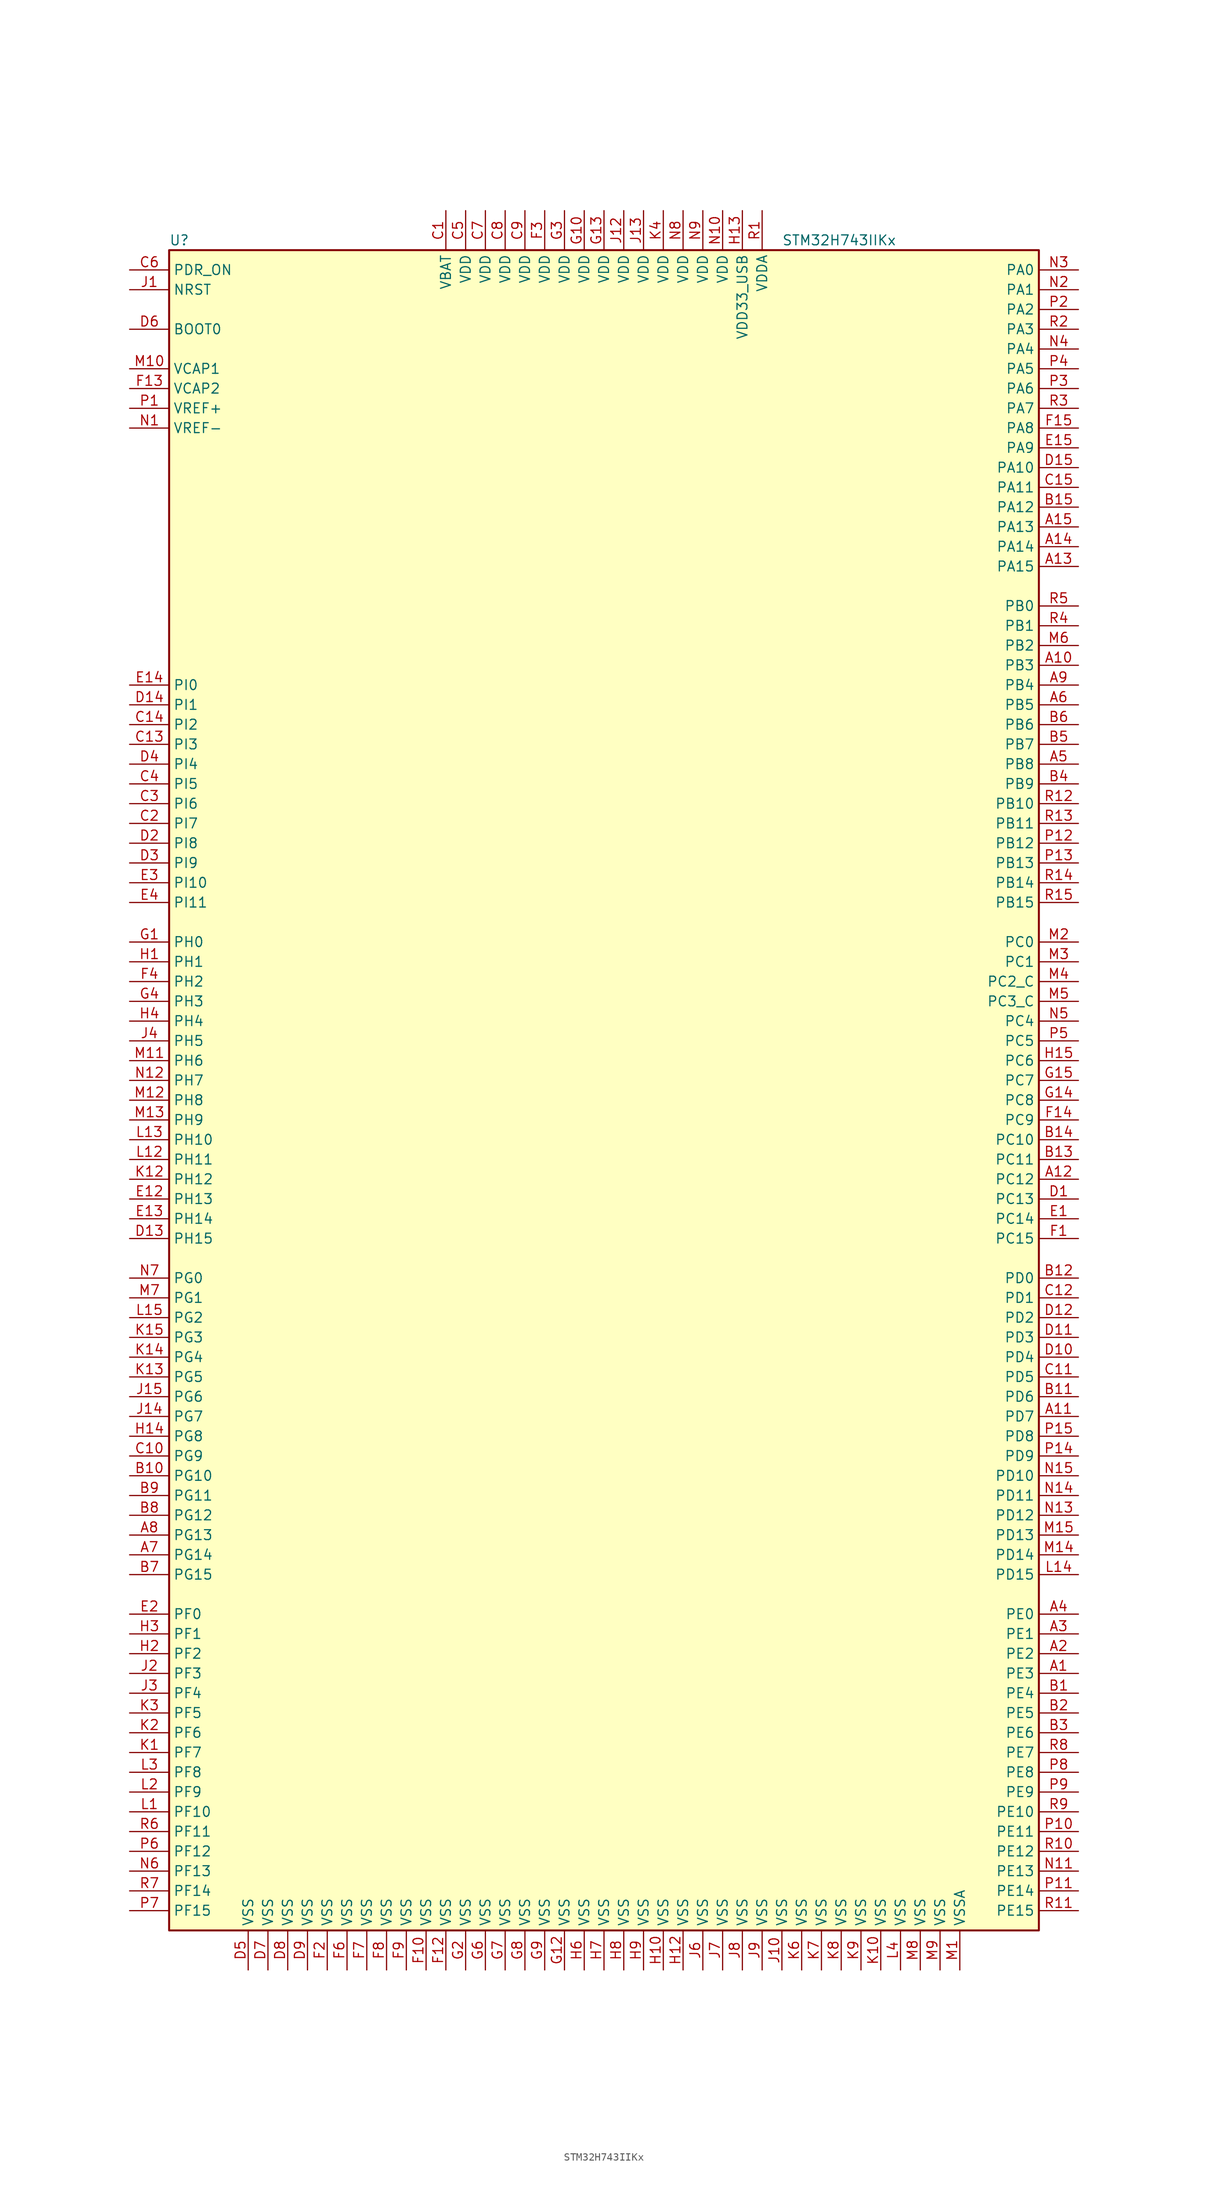
<source format=kicad_sym>
(kicad_symbol_lib
  (version 20201005)
  (generator kicad_symbol_editor)
  (symbol "STM32H743IIKx"
    (property "Reference" "U"
      (at -55.88 107.95 0)
      (effects (font (size 1.27 1.27)) (justify left)))
    (property "Value" "STM32H743IIKx"
      (at 22.86 107.95 0)
      (effects (font (size 1.27 1.27)) (justify left)))
    (symbol "STM32H743IIKx_0_1"
      (rectangle (start -55.88 -109.22) (end 55.88 106.68) (stroke (width 0.254)) (fill (type background))))
    (symbol "STM32H743IIKx_1_1"
      (pin bidirectional line (at 60.96 -76.2 180) (length 5.08) (name "PE3" (effects (font (size 1.27 1.27)))) (number "A1" (effects (font (size 1.27 1.27)))))
      (pin bidirectional line (at 60.96 53.34 180) (length 5.08) (name "PB3" (effects (font (size 1.27 1.27)))) (number "A10" (effects (font (size 1.27 1.27)))))
      (pin bidirectional line (at 60.96 -43.18 180) (length 5.08) (name "PD7" (effects (font (size 1.27 1.27)))) (number "A11" (effects (font (size 1.27 1.27)))))
      (pin bidirectional line (at 60.96 -12.7 180) (length 5.08) (name "PC12" (effects (font (size 1.27 1.27)))) (number "A12" (effects (font (size 1.27 1.27)))))
      (pin bidirectional line (at 60.96 66.04 180) (length 5.08) (name "PA15" (effects (font (size 1.27 1.27)))) (number "A13" (effects (font (size 1.27 1.27)))))
      (pin bidirectional line (at 60.96 68.58 180) (length 5.08) (name "PA14" (effects (font (size 1.27 1.27)))) (number "A14" (effects (font (size 1.27 1.27)))))
      (pin bidirectional line (at 60.96 71.12 180) (length 5.08) (name "PA13" (effects (font (size 1.27 1.27)))) (number "A15" (effects (font (size 1.27 1.27)))))
      (pin bidirectional line (at 60.96 -73.66 180) (length 5.08) (name "PE2" (effects (font (size 1.27 1.27)))) (number "A2" (effects (font (size 1.27 1.27)))))
      (pin bidirectional line (at 60.96 -71.12 180) (length 5.08) (name "PE1" (effects (font (size 1.27 1.27)))) (number "A3" (effects (font (size 1.27 1.27)))))
      (pin bidirectional line (at 60.96 -68.58 180) (length 5.08) (name "PE0" (effects (font (size 1.27 1.27)))) (number "A4" (effects (font (size 1.27 1.27)))))
      (pin bidirectional line (at 60.96 40.64 180) (length 5.08) (name "PB8" (effects (font (size 1.27 1.27)))) (number "A5" (effects (font (size 1.27 1.27)))))
      (pin bidirectional line (at 60.96 48.26 180) (length 5.08) (name "PB5" (effects (font (size 1.27 1.27)))) (number "A6" (effects (font (size 1.27 1.27)))))
      (pin bidirectional line (at -60.96 -60.96 0) (length 5.08) (name "PG14" (effects (font (size 1.27 1.27)))) (number "A7" (effects (font (size 1.27 1.27)))))
      (pin bidirectional line (at -60.96 -58.42 0) (length 5.08) (name "PG13" (effects (font (size 1.27 1.27)))) (number "A8" (effects (font (size 1.27 1.27)))))
      (pin bidirectional line (at 60.96 50.8 180) (length 5.08) (name "PB4" (effects (font (size 1.27 1.27)))) (number "A9" (effects (font (size 1.27 1.27)))))
      (pin bidirectional line (at 60.96 -78.74 180) (length 5.08) (name "PE4" (effects (font (size 1.27 1.27)))) (number "B1" (effects (font (size 1.27 1.27)))))
      (pin bidirectional line (at -60.96 -50.8 0) (length 5.08) (name "PG10" (effects (font (size 1.27 1.27)))) (number "B10" (effects (font (size 1.27 1.27)))))
      (pin bidirectional line (at 60.96 -40.64 180) (length 5.08) (name "PD6" (effects (font (size 1.27 1.27)))) (number "B11" (effects (font (size 1.27 1.27)))))
      (pin bidirectional line (at 60.96 -25.4 180) (length 5.08) (name "PD0" (effects (font (size 1.27 1.27)))) (number "B12" (effects (font (size 1.27 1.27)))))
      (pin bidirectional line (at 60.96 -10.16 180) (length 5.08) (name "PC11" (effects (font (size 1.27 1.27)))) (number "B13" (effects (font (size 1.27 1.27)))))
      (pin bidirectional line (at 60.96 -7.62 180) (length 5.08) (name "PC10" (effects (font (size 1.27 1.27)))) (number "B14" (effects (font (size 1.27 1.27)))))
      (pin bidirectional line (at 60.96 73.66 180) (length 5.08) (name "PA12" (effects (font (size 1.27 1.27)))) (number "B15" (effects (font (size 1.27 1.27)))))
      (pin bidirectional line (at 60.96 -81.28 180) (length 5.08) (name "PE5" (effects (font (size 1.27 1.27)))) (number "B2" (effects (font (size 1.27 1.27)))))
      (pin bidirectional line (at 60.96 -83.82 180) (length 5.08) (name "PE6" (effects (font (size 1.27 1.27)))) (number "B3" (effects (font (size 1.27 1.27)))))
      (pin bidirectional line (at 60.96 38.1 180) (length 5.08) (name "PB9" (effects (font (size 1.27 1.27)))) (number "B4" (effects (font (size 1.27 1.27)))))
      (pin bidirectional line (at 60.96 43.18 180) (length 5.08) (name "PB7" (effects (font (size 1.27 1.27)))) (number "B5" (effects (font (size 1.27 1.27)))))
      (pin bidirectional line (at 60.96 45.72 180) (length 5.08) (name "PB6" (effects (font (size 1.27 1.27)))) (number "B6" (effects (font (size 1.27 1.27)))))
      (pin bidirectional line (at -60.96 -63.5 0) (length 5.08) (name "PG15" (effects (font (size 1.27 1.27)))) (number "B7" (effects (font (size 1.27 1.27)))))
      (pin bidirectional line (at -60.96 -55.88 0) (length 5.08) (name "PG12" (effects (font (size 1.27 1.27)))) (number "B8" (effects (font (size 1.27 1.27)))))
      (pin bidirectional line (at -60.96 -53.34 0) (length 5.08) (name "PG11" (effects (font (size 1.27 1.27)))) (number "B9" (effects (font (size 1.27 1.27)))))
      (pin power_in line (at -20.32 111.76 270) (length 5.08) (name "VBAT" (effects (font (size 1.27 1.27)))) (number "C1" (effects (font (size 1.27 1.27)))))
      (pin bidirectional line (at -60.96 -48.26 0) (length 5.08) (name "PG9" (effects (font (size 1.27 1.27)))) (number "C10" (effects (font (size 1.27 1.27)))))
      (pin bidirectional line (at 60.96 -38.1 180) (length 5.08) (name "PD5" (effects (font (size 1.27 1.27)))) (number "C11" (effects (font (size 1.27 1.27)))))
      (pin bidirectional line (at 60.96 -27.94 180) (length 5.08) (name "PD1" (effects (font (size 1.27 1.27)))) (number "C12" (effects (font (size 1.27 1.27)))))
      (pin bidirectional line (at -60.96 43.18 0) (length 5.08) (name "PI3" (effects (font (size 1.27 1.27)))) (number "C13" (effects (font (size 1.27 1.27)))))
      (pin bidirectional line (at -60.96 45.72 0) (length 5.08) (name "PI2" (effects (font (size 1.27 1.27)))) (number "C14" (effects (font (size 1.27 1.27)))))
      (pin bidirectional line (at 60.96 76.2 180) (length 5.08) (name "PA11" (effects (font (size 1.27 1.27)))) (number "C15" (effects (font (size 1.27 1.27)))))
      (pin bidirectional line (at -60.96 33.02 0) (length 5.08) (name "PI7" (effects (font (size 1.27 1.27)))) (number "C2" (effects (font (size 1.27 1.27)))))
      (pin bidirectional line (at -60.96 35.56 0) (length 5.08) (name "PI6" (effects (font (size 1.27 1.27)))) (number "C3" (effects (font (size 1.27 1.27)))))
      (pin bidirectional line (at -60.96 38.1 0) (length 5.08) (name "PI5" (effects (font (size 1.27 1.27)))) (number "C4" (effects (font (size 1.27 1.27)))))
      (pin power_in line (at -17.78 111.76 270) (length 5.08) (name "VDD" (effects (font (size 1.27 1.27)))) (number "C5" (effects (font (size 1.27 1.27)))))
      (pin input line (at -60.96 104.14 0) (length 5.08) (name "PDR_ON" (effects (font (size 1.27 1.27)))) (number "C6" (effects (font (size 1.27 1.27)))))
      (pin power_in line (at -15.24 111.76 270) (length 5.08) (name "VDD" (effects (font (size 1.27 1.27)))) (number "C7" (effects (font (size 1.27 1.27)))))
      (pin power_in line (at -12.7 111.76 270) (length 5.08) (name "VDD" (effects (font (size 1.27 1.27)))) (number "C8" (effects (font (size 1.27 1.27)))))
      (pin power_in line (at -10.16 111.76 270) (length 5.08) (name "VDD" (effects (font (size 1.27 1.27)))) (number "C9" (effects (font (size 1.27 1.27)))))
      (pin bidirectional line (at 60.96 -15.24 180) (length 5.08) (name "PC13" (effects (font (size 1.27 1.27)))) (number "D1" (effects (font (size 1.27 1.27)))))
      (pin bidirectional line (at 60.96 -35.56 180) (length 5.08) (name "PD4" (effects (font (size 1.27 1.27)))) (number "D10" (effects (font (size 1.27 1.27)))))
      (pin bidirectional line (at 60.96 -33.02 180) (length 5.08) (name "PD3" (effects (font (size 1.27 1.27)))) (number "D11" (effects (font (size 1.27 1.27)))))
      (pin bidirectional line (at 60.96 -30.48 180) (length 5.08) (name "PD2" (effects (font (size 1.27 1.27)))) (number "D12" (effects (font (size 1.27 1.27)))))
      (pin bidirectional line (at -60.96 -20.32 0) (length 5.08) (name "PH15" (effects (font (size 1.27 1.27)))) (number "D13" (effects (font (size 1.27 1.27)))))
      (pin bidirectional line (at -60.96 48.26 0) (length 5.08) (name "PI1" (effects (font (size 1.27 1.27)))) (number "D14" (effects (font (size 1.27 1.27)))))
      (pin bidirectional line (at 60.96 78.74 180) (length 5.08) (name "PA10" (effects (font (size 1.27 1.27)))) (number "D15" (effects (font (size 1.27 1.27)))))
      (pin bidirectional line (at -60.96 30.48 0) (length 5.08) (name "PI8" (effects (font (size 1.27 1.27)))) (number "D2" (effects (font (size 1.27 1.27)))))
      (pin bidirectional line (at -60.96 27.94 0) (length 5.08) (name "PI9" (effects (font (size 1.27 1.27)))) (number "D3" (effects (font (size 1.27 1.27)))))
      (pin bidirectional line (at -60.96 40.64 0) (length 5.08) (name "PI4" (effects (font (size 1.27 1.27)))) (number "D4" (effects (font (size 1.27 1.27)))))
      (pin power_in line (at -45.72 -114.3 90) (length 5.08) (name "VSS" (effects (font (size 1.27 1.27)))) (number "D5" (effects (font (size 1.27 1.27)))))
      (pin input line (at -60.96 96.52 0) (length 5.08) (name "BOOT0" (effects (font (size 1.27 1.27)))) (number "D6" (effects (font (size 1.27 1.27)))))
      (pin power_in line (at -43.18 -114.3 90) (length 5.08) (name "VSS" (effects (font (size 1.27 1.27)))) (number "D7" (effects (font (size 1.27 1.27)))))
      (pin power_in line (at -40.64 -114.3 90) (length 5.08) (name "VSS" (effects (font (size 1.27 1.27)))) (number "D8" (effects (font (size 1.27 1.27)))))
      (pin power_in line (at -38.1 -114.3 90) (length 5.08) (name "VSS" (effects (font (size 1.27 1.27)))) (number "D9" (effects (font (size 1.27 1.27)))))
      (pin bidirectional line (at 60.96 -17.78 180) (length 5.08) (name "PC14" (effects (font (size 1.27 1.27)))) (number "E1" (effects (font (size 1.27 1.27)))))
      (pin bidirectional line (at -60.96 -15.24 0) (length 5.08) (name "PH13" (effects (font (size 1.27 1.27)))) (number "E12" (effects (font (size 1.27 1.27)))))
      (pin bidirectional line (at -60.96 -17.78 0) (length 5.08) (name "PH14" (effects (font (size 1.27 1.27)))) (number "E13" (effects (font (size 1.27 1.27)))))
      (pin bidirectional line (at -60.96 50.8 0) (length 5.08) (name "PI0" (effects (font (size 1.27 1.27)))) (number "E14" (effects (font (size 1.27 1.27)))))
      (pin bidirectional line (at 60.96 81.28 180) (length 5.08) (name "PA9" (effects (font (size 1.27 1.27)))) (number "E15" (effects (font (size 1.27 1.27)))))
      (pin bidirectional line (at -60.96 -68.58 0) (length 5.08) (name "PF0" (effects (font (size 1.27 1.27)))) (number "E2" (effects (font (size 1.27 1.27)))))
      (pin bidirectional line (at -60.96 25.4 0) (length 5.08) (name "PI10" (effects (font (size 1.27 1.27)))) (number "E3" (effects (font (size 1.27 1.27)))))
      (pin bidirectional line (at -60.96 22.86 0) (length 5.08) (name "PI11" (effects (font (size 1.27 1.27)))) (number "E4" (effects (font (size 1.27 1.27)))))
      (pin bidirectional line (at 60.96 -20.32 180) (length 5.08) (name "PC15" (effects (font (size 1.27 1.27)))) (number "F1" (effects (font (size 1.27 1.27)))))
      (pin power_in line (at -22.86 -114.3 90) (length 5.08) (name "VSS" (effects (font (size 1.27 1.27)))) (number "F10" (effects (font (size 1.27 1.27)))))
      (pin power_in line (at -20.32 -114.3 90) (length 5.08) (name "VSS" (effects (font (size 1.27 1.27)))) (number "F12" (effects (font (size 1.27 1.27)))))
      (pin power_in line (at -60.96 88.9 0) (length 5.08) (name "VCAP2" (effects (font (size 1.27 1.27)))) (number "F13" (effects (font (size 1.27 1.27)))))
      (pin bidirectional line (at 60.96 -5.08 180) (length 5.08) (name "PC9" (effects (font (size 1.27 1.27)))) (number "F14" (effects (font (size 1.27 1.27)))))
      (pin bidirectional line (at 60.96 83.82 180) (length 5.08) (name "PA8" (effects (font (size 1.27 1.27)))) (number "F15" (effects (font (size 1.27 1.27)))))
      (pin power_in line (at -35.56 -114.3 90) (length 5.08) (name "VSS" (effects (font (size 1.27 1.27)))) (number "F2" (effects (font (size 1.27 1.27)))))
      (pin power_in line (at -7.62 111.76 270) (length 5.08) (name "VDD" (effects (font (size 1.27 1.27)))) (number "F3" (effects (font (size 1.27 1.27)))))
      (pin bidirectional line (at -60.96 12.7 0) (length 5.08) (name "PH2" (effects (font (size 1.27 1.27)))) (number "F4" (effects (font (size 1.27 1.27)))))
      (pin power_in line (at -33.02 -114.3 90) (length 5.08) (name "VSS" (effects (font (size 1.27 1.27)))) (number "F6" (effects (font (size 1.27 1.27)))))
      (pin power_in line (at -30.48 -114.3 90) (length 5.08) (name "VSS" (effects (font (size 1.27 1.27)))) (number "F7" (effects (font (size 1.27 1.27)))))
      (pin power_in line (at -27.94 -114.3 90) (length 5.08) (name "VSS" (effects (font (size 1.27 1.27)))) (number "F8" (effects (font (size 1.27 1.27)))))
      (pin power_in line (at -25.4 -114.3 90) (length 5.08) (name "VSS" (effects (font (size 1.27 1.27)))) (number "F9" (effects (font (size 1.27 1.27)))))
      (pin input line (at -60.96 17.78 0) (length 5.08) (name "PH0" (effects (font (size 1.27 1.27)))) (number "G1" (effects (font (size 1.27 1.27)))))
      (pin power_in line (at -2.54 111.76 270) (length 5.08) (name "VDD" (effects (font (size 1.27 1.27)))) (number "G10" (effects (font (size 1.27 1.27)))))
      (pin power_in line (at -5.08 -114.3 90) (length 5.08) (name "VSS" (effects (font (size 1.27 1.27)))) (number "G12" (effects (font (size 1.27 1.27)))))
      (pin power_in line (at 0 111.76 270) (length 5.08) (name "VDD" (effects (font (size 1.27 1.27)))) (number "G13" (effects (font (size 1.27 1.27)))))
      (pin bidirectional line (at 60.96 -2.54 180) (length 5.08) (name "PC8" (effects (font (size 1.27 1.27)))) (number "G14" (effects (font (size 1.27 1.27)))))
      (pin bidirectional line (at 60.96 0 180) (length 5.08) (name "PC7" (effects (font (size 1.27 1.27)))) (number "G15" (effects (font (size 1.27 1.27)))))
      (pin power_in line (at -17.78 -114.3 90) (length 5.08) (name "VSS" (effects (font (size 1.27 1.27)))) (number "G2" (effects (font (size 1.27 1.27)))))
      (pin power_in line (at -5.08 111.76 270) (length 5.08) (name "VDD" (effects (font (size 1.27 1.27)))) (number "G3" (effects (font (size 1.27 1.27)))))
      (pin bidirectional line (at -60.96 10.16 0) (length 5.08) (name "PH3" (effects (font (size 1.27 1.27)))) (number "G4" (effects (font (size 1.27 1.27)))))
      (pin power_in line (at -15.24 -114.3 90) (length 5.08) (name "VSS" (effects (font (size 1.27 1.27)))) (number "G6" (effects (font (size 1.27 1.27)))))
      (pin power_in line (at -12.7 -114.3 90) (length 5.08) (name "VSS" (effects (font (size 1.27 1.27)))) (number "G7" (effects (font (size 1.27 1.27)))))
      (pin power_in line (at -10.16 -114.3 90) (length 5.08) (name "VSS" (effects (font (size 1.27 1.27)))) (number "G8" (effects (font (size 1.27 1.27)))))
      (pin power_in line (at -7.62 -114.3 90) (length 5.08) (name "VSS" (effects (font (size 1.27 1.27)))) (number "G9" (effects (font (size 1.27 1.27)))))
      (pin input line (at -60.96 15.24 0) (length 5.08) (name "PH1" (effects (font (size 1.27 1.27)))) (number "H1" (effects (font (size 1.27 1.27)))))
      (pin power_in line (at 7.62 -114.3 90) (length 5.08) (name "VSS" (effects (font (size 1.27 1.27)))) (number "H10" (effects (font (size 1.27 1.27)))))
      (pin power_in line (at 10.16 -114.3 90) (length 5.08) (name "VSS" (effects (font (size 1.27 1.27)))) (number "H12" (effects (font (size 1.27 1.27)))))
      (pin power_in line (at 17.78 111.76 270) (length 5.08) (name "VDD33_USB" (effects (font (size 1.27 1.27)))) (number "H13" (effects (font (size 1.27 1.27)))))
      (pin bidirectional line (at -60.96 -45.72 0) (length 5.08) (name "PG8" (effects (font (size 1.27 1.27)))) (number "H14" (effects (font (size 1.27 1.27)))))
      (pin bidirectional line (at 60.96 2.54 180) (length 5.08) (name "PC6" (effects (font (size 1.27 1.27)))) (number "H15" (effects (font (size 1.27 1.27)))))
      (pin bidirectional line (at -60.96 -73.66 0) (length 5.08) (name "PF2" (effects (font (size 1.27 1.27)))) (number "H2" (effects (font (size 1.27 1.27)))))
      (pin bidirectional line (at -60.96 -71.12 0) (length 5.08) (name "PF1" (effects (font (size 1.27 1.27)))) (number "H3" (effects (font (size 1.27 1.27)))))
      (pin bidirectional line (at -60.96 7.62 0) (length 5.08) (name "PH4" (effects (font (size 1.27 1.27)))) (number "H4" (effects (font (size 1.27 1.27)))))
      (pin power_in line (at -2.54 -114.3 90) (length 5.08) (name "VSS" (effects (font (size 1.27 1.27)))) (number "H6" (effects (font (size 1.27 1.27)))))
      (pin power_in line (at 0 -114.3 90) (length 5.08) (name "VSS" (effects (font (size 1.27 1.27)))) (number "H7" (effects (font (size 1.27 1.27)))))
      (pin power_in line (at 2.54 -114.3 90) (length 5.08) (name "VSS" (effects (font (size 1.27 1.27)))) (number "H8" (effects (font (size 1.27 1.27)))))
      (pin power_in line (at 5.08 -114.3 90) (length 5.08) (name "VSS" (effects (font (size 1.27 1.27)))) (number "H9" (effects (font (size 1.27 1.27)))))
      (pin input line (at -60.96 101.6 0) (length 5.08) (name "NRST" (effects (font (size 1.27 1.27)))) (number "J1" (effects (font (size 1.27 1.27)))))
      (pin power_in line (at 22.86 -114.3 90) (length 5.08) (name "VSS" (effects (font (size 1.27 1.27)))) (number "J10" (effects (font (size 1.27 1.27)))))
      (pin power_in line (at 2.54 111.76 270) (length 5.08) (name "VDD" (effects (font (size 1.27 1.27)))) (number "J12" (effects (font (size 1.27 1.27)))))
      (pin power_in line (at 5.08 111.76 270) (length 5.08) (name "VDD" (effects (font (size 1.27 1.27)))) (number "J13" (effects (font (size 1.27 1.27)))))
      (pin bidirectional line (at -60.96 -43.18 0) (length 5.08) (name "PG7" (effects (font (size 1.27 1.27)))) (number "J14" (effects (font (size 1.27 1.27)))))
      (pin bidirectional line (at -60.96 -40.64 0) (length 5.08) (name "PG6" (effects (font (size 1.27 1.27)))) (number "J15" (effects (font (size 1.27 1.27)))))
      (pin bidirectional line (at -60.96 -76.2 0) (length 5.08) (name "PF3" (effects (font (size 1.27 1.27)))) (number "J2" (effects (font (size 1.27 1.27)))))
      (pin bidirectional line (at -60.96 -78.74 0) (length 5.08) (name "PF4" (effects (font (size 1.27 1.27)))) (number "J3" (effects (font (size 1.27 1.27)))))
      (pin bidirectional line (at -60.96 5.08 0) (length 5.08) (name "PH5" (effects (font (size 1.27 1.27)))) (number "J4" (effects (font (size 1.27 1.27)))))
      (pin power_in line (at 12.7 -114.3 90) (length 5.08) (name "VSS" (effects (font (size 1.27 1.27)))) (number "J6" (effects (font (size 1.27 1.27)))))
      (pin power_in line (at 15.24 -114.3 90) (length 5.08) (name "VSS" (effects (font (size 1.27 1.27)))) (number "J7" (effects (font (size 1.27 1.27)))))
      (pin power_in line (at 17.78 -114.3 90) (length 5.08) (name "VSS" (effects (font (size 1.27 1.27)))) (number "J8" (effects (font (size 1.27 1.27)))))
      (pin power_in line (at 20.32 -114.3 90) (length 5.08) (name "VSS" (effects (font (size 1.27 1.27)))) (number "J9" (effects (font (size 1.27 1.27)))))
      (pin bidirectional line (at -60.96 -86.36 0) (length 5.08) (name "PF7" (effects (font (size 1.27 1.27)))) (number "K1" (effects (font (size 1.27 1.27)))))
      (pin power_in line (at 35.56 -114.3 90) (length 5.08) (name "VSS" (effects (font (size 1.27 1.27)))) (number "K10" (effects (font (size 1.27 1.27)))))
      (pin bidirectional line (at -60.96 -12.7 0) (length 5.08) (name "PH12" (effects (font (size 1.27 1.27)))) (number "K12" (effects (font (size 1.27 1.27)))))
      (pin bidirectional line (at -60.96 -38.1 0) (length 5.08) (name "PG5" (effects (font (size 1.27 1.27)))) (number "K13" (effects (font (size 1.27 1.27)))))
      (pin bidirectional line (at -60.96 -35.56 0) (length 5.08) (name "PG4" (effects (font (size 1.27 1.27)))) (number "K14" (effects (font (size 1.27 1.27)))))
      (pin bidirectional line (at -60.96 -33.02 0) (length 5.08) (name "PG3" (effects (font (size 1.27 1.27)))) (number "K15" (effects (font (size 1.27 1.27)))))
      (pin bidirectional line (at -60.96 -83.82 0) (length 5.08) (name "PF6" (effects (font (size 1.27 1.27)))) (number "K2" (effects (font (size 1.27 1.27)))))
      (pin bidirectional line (at -60.96 -81.28 0) (length 5.08) (name "PF5" (effects (font (size 1.27 1.27)))) (number "K3" (effects (font (size 1.27 1.27)))))
      (pin power_in line (at 7.62 111.76 270) (length 5.08) (name "VDD" (effects (font (size 1.27 1.27)))) (number "K4" (effects (font (size 1.27 1.27)))))
      (pin power_in line (at 25.4 -114.3 90) (length 5.08) (name "VSS" (effects (font (size 1.27 1.27)))) (number "K6" (effects (font (size 1.27 1.27)))))
      (pin power_in line (at 27.94 -114.3 90) (length 5.08) (name "VSS" (effects (font (size 1.27 1.27)))) (number "K7" (effects (font (size 1.27 1.27)))))
      (pin power_in line (at 30.48 -114.3 90) (length 5.08) (name "VSS" (effects (font (size 1.27 1.27)))) (number "K8" (effects (font (size 1.27 1.27)))))
      (pin power_in line (at 33.02 -114.3 90) (length 5.08) (name "VSS" (effects (font (size 1.27 1.27)))) (number "K9" (effects (font (size 1.27 1.27)))))
      (pin bidirectional line (at -60.96 -93.98 0) (length 5.08) (name "PF10" (effects (font (size 1.27 1.27)))) (number "L1" (effects (font (size 1.27 1.27)))))
      (pin bidirectional line (at -60.96 -10.16 0) (length 5.08) (name "PH11" (effects (font (size 1.27 1.27)))) (number "L12" (effects (font (size 1.27 1.27)))))
      (pin bidirectional line (at -60.96 -7.62 0) (length 5.08) (name "PH10" (effects (font (size 1.27 1.27)))) (number "L13" (effects (font (size 1.27 1.27)))))
      (pin bidirectional line (at 60.96 -63.5 180) (length 5.08) (name "PD15" (effects (font (size 1.27 1.27)))) (number "L14" (effects (font (size 1.27 1.27)))))
      (pin bidirectional line (at -60.96 -30.48 0) (length 5.08) (name "PG2" (effects (font (size 1.27 1.27)))) (number "L15" (effects (font (size 1.27 1.27)))))
      (pin bidirectional line (at -60.96 -91.44 0) (length 5.08) (name "PF9" (effects (font (size 1.27 1.27)))) (number "L2" (effects (font (size 1.27 1.27)))))
      (pin bidirectional line (at -60.96 -88.9 0) (length 5.08) (name "PF8" (effects (font (size 1.27 1.27)))) (number "L3" (effects (font (size 1.27 1.27)))))
      (pin power_in line (at 38.1 -114.3 90) (length 5.08) (name "VSS" (effects (font (size 1.27 1.27)))) (number "L4" (effects (font (size 1.27 1.27)))))
      (pin power_in line (at 45.72 -114.3 90) (length 5.08) (name "VSSA" (effects (font (size 1.27 1.27)))) (number "M1" (effects (font (size 1.27 1.27)))))
      (pin power_in line (at -60.96 91.44 0) (length 5.08) (name "VCAP1" (effects (font (size 1.27 1.27)))) (number "M10" (effects (font (size 1.27 1.27)))))
      (pin bidirectional line (at -60.96 2.54 0) (length 5.08) (name "PH6" (effects (font (size 1.27 1.27)))) (number "M11" (effects (font (size 1.27 1.27)))))
      (pin bidirectional line (at -60.96 -2.54 0) (length 5.08) (name "PH8" (effects (font (size 1.27 1.27)))) (number "M12" (effects (font (size 1.27 1.27)))))
      (pin bidirectional line (at -60.96 -5.08 0) (length 5.08) (name "PH9" (effects (font (size 1.27 1.27)))) (number "M13" (effects (font (size 1.27 1.27)))))
      (pin bidirectional line (at 60.96 -60.96 180) (length 5.08) (name "PD14" (effects (font (size 1.27 1.27)))) (number "M14" (effects (font (size 1.27 1.27)))))
      (pin bidirectional line (at 60.96 -58.42 180) (length 5.08) (name "PD13" (effects (font (size 1.27 1.27)))) (number "M15" (effects (font (size 1.27 1.27)))))
      (pin bidirectional line (at 60.96 17.78 180) (length 5.08) (name "PC0" (effects (font (size 1.27 1.27)))) (number "M2" (effects (font (size 1.27 1.27)))))
      (pin bidirectional line (at 60.96 15.24 180) (length 5.08) (name "PC1" (effects (font (size 1.27 1.27)))) (number "M3" (effects (font (size 1.27 1.27)))))
      (pin bidirectional line (at 60.96 12.7 180) (length 5.08) (name "PC2_C" (effects (font (size 1.27 1.27)))) (number "M4" (effects (font (size 1.27 1.27)))))
      (pin bidirectional line (at 60.96 10.16 180) (length 5.08) (name "PC3_C" (effects (font (size 1.27 1.27)))) (number "M5" (effects (font (size 1.27 1.27)))))
      (pin bidirectional line (at 60.96 55.88 180) (length 5.08) (name "PB2" (effects (font (size 1.27 1.27)))) (number "M6" (effects (font (size 1.27 1.27)))))
      (pin bidirectional line (at -60.96 -27.94 0) (length 5.08) (name "PG1" (effects (font (size 1.27 1.27)))) (number "M7" (effects (font (size 1.27 1.27)))))
      (pin power_in line (at 40.64 -114.3 90) (length 5.08) (name "VSS" (effects (font (size 1.27 1.27)))) (number "M8" (effects (font (size 1.27 1.27)))))
      (pin power_in line (at 43.18 -114.3 90) (length 5.08) (name "VSS" (effects (font (size 1.27 1.27)))) (number "M9" (effects (font (size 1.27 1.27)))))
      (pin power_in line (at -60.96 83.82 0) (length 5.08) (name "VREF-" (effects (font (size 1.27 1.27)))) (number "N1" (effects (font (size 1.27 1.27)))))
      (pin power_in line (at 15.24 111.76 270) (length 5.08) (name "VDD" (effects (font (size 1.27 1.27)))) (number "N10" (effects (font (size 1.27 1.27)))))
      (pin bidirectional line (at 60.96 -101.6 180) (length 5.08) (name "PE13" (effects (font (size 1.27 1.27)))) (number "N11" (effects (font (size 1.27 1.27)))))
      (pin bidirectional line (at -60.96 0 0) (length 5.08) (name "PH7" (effects (font (size 1.27 1.27)))) (number "N12" (effects (font (size 1.27 1.27)))))
      (pin bidirectional line (at 60.96 -55.88 180) (length 5.08) (name "PD12" (effects (font (size 1.27 1.27)))) (number "N13" (effects (font (size 1.27 1.27)))))
      (pin bidirectional line (at 60.96 -53.34 180) (length 5.08) (name "PD11" (effects (font (size 1.27 1.27)))) (number "N14" (effects (font (size 1.27 1.27)))))
      (pin bidirectional line (at 60.96 -50.8 180) (length 5.08) (name "PD10" (effects (font (size 1.27 1.27)))) (number "N15" (effects (font (size 1.27 1.27)))))
      (pin bidirectional line (at 60.96 101.6 180) (length 5.08) (name "PA1" (effects (font (size 1.27 1.27)))) (number "N2" (effects (font (size 1.27 1.27)))))
      (pin bidirectional line (at 60.96 104.14 180) (length 5.08) (name "PA0" (effects (font (size 1.27 1.27)))) (number "N3" (effects (font (size 1.27 1.27)))))
      (pin bidirectional line (at 60.96 93.98 180) (length 5.08) (name "PA4" (effects (font (size 1.27 1.27)))) (number "N4" (effects (font (size 1.27 1.27)))))
      (pin bidirectional line (at 60.96 7.62 180) (length 5.08) (name "PC4" (effects (font (size 1.27 1.27)))) (number "N5" (effects (font (size 1.27 1.27)))))
      (pin bidirectional line (at -60.96 -101.6 0) (length 5.08) (name "PF13" (effects (font (size 1.27 1.27)))) (number "N6" (effects (font (size 1.27 1.27)))))
      (pin bidirectional line (at -60.96 -25.4 0) (length 5.08) (name "PG0" (effects (font (size 1.27 1.27)))) (number "N7" (effects (font (size 1.27 1.27)))))
      (pin power_in line (at 10.16 111.76 270) (length 5.08) (name "VDD" (effects (font (size 1.27 1.27)))) (number "N8" (effects (font (size 1.27 1.27)))))
      (pin power_in line (at 12.7 111.76 270) (length 5.08) (name "VDD" (effects (font (size 1.27 1.27)))) (number "N9" (effects (font (size 1.27 1.27)))))
      (pin bidirectional line (at -60.96 86.36 0) (length 5.08) (name "VREF+" (effects (font (size 1.27 1.27)))) (number "P1" (effects (font (size 1.27 1.27)))))
      (pin bidirectional line (at 60.96 -96.52 180) (length 5.08) (name "PE11" (effects (font (size 1.27 1.27)))) (number "P10" (effects (font (size 1.27 1.27)))))
      (pin bidirectional line (at 60.96 -104.14 180) (length 5.08) (name "PE14" (effects (font (size 1.27 1.27)))) (number "P11" (effects (font (size 1.27 1.27)))))
      (pin bidirectional line (at 60.96 30.48 180) (length 5.08) (name "PB12" (effects (font (size 1.27 1.27)))) (number "P12" (effects (font (size 1.27 1.27)))))
      (pin bidirectional line (at 60.96 27.94 180) (length 5.08) (name "PB13" (effects (font (size 1.27 1.27)))) (number "P13" (effects (font (size 1.27 1.27)))))
      (pin bidirectional line (at 60.96 -48.26 180) (length 5.08) (name "PD9" (effects (font (size 1.27 1.27)))) (number "P14" (effects (font (size 1.27 1.27)))))
      (pin bidirectional line (at 60.96 -45.72 180) (length 5.08) (name "PD8" (effects (font (size 1.27 1.27)))) (number "P15" (effects (font (size 1.27 1.27)))))
      (pin bidirectional line (at 60.96 99.06 180) (length 5.08) (name "PA2" (effects (font (size 1.27 1.27)))) (number "P2" (effects (font (size 1.27 1.27)))))
      (pin bidirectional line (at 60.96 88.9 180) (length 5.08) (name "PA6" (effects (font (size 1.27 1.27)))) (number "P3" (effects (font (size 1.27 1.27)))))
      (pin bidirectional line (at 60.96 91.44 180) (length 5.08) (name "PA5" (effects (font (size 1.27 1.27)))) (number "P4" (effects (font (size 1.27 1.27)))))
      (pin bidirectional line (at 60.96 5.08 180) (length 5.08) (name "PC5" (effects (font (size 1.27 1.27)))) (number "P5" (effects (font (size 1.27 1.27)))))
      (pin bidirectional line (at -60.96 -99.06 0) (length 5.08) (name "PF12" (effects (font (size 1.27 1.27)))) (number "P6" (effects (font (size 1.27 1.27)))))
      (pin bidirectional line (at -60.96 -106.68 0) (length 5.08) (name "PF15" (effects (font (size 1.27 1.27)))) (number "P7" (effects (font (size 1.27 1.27)))))
      (pin bidirectional line (at 60.96 -88.9 180) (length 5.08) (name "PE8" (effects (font (size 1.27 1.27)))) (number "P8" (effects (font (size 1.27 1.27)))))
      (pin bidirectional line (at 60.96 -91.44 180) (length 5.08) (name "PE9" (effects (font (size 1.27 1.27)))) (number "P9" (effects (font (size 1.27 1.27)))))
      (pin power_in line (at 20.32 111.76 270) (length 5.08) (name "VDDA" (effects (font (size 1.27 1.27)))) (number "R1" (effects (font (size 1.27 1.27)))))
      (pin bidirectional line (at 60.96 -99.06 180) (length 5.08) (name "PE12" (effects (font (size 1.27 1.27)))) (number "R10" (effects (font (size 1.27 1.27)))))
      (pin bidirectional line (at 60.96 -106.68 180) (length 5.08) (name "PE15" (effects (font (size 1.27 1.27)))) (number "R11" (effects (font (size 1.27 1.27)))))
      (pin bidirectional line (at 60.96 35.56 180) (length 5.08) (name "PB10" (effects (font (size 1.27 1.27)))) (number "R12" (effects (font (size 1.27 1.27)))))
      (pin bidirectional line (at 60.96 33.02 180) (length 5.08) (name "PB11" (effects (font (size 1.27 1.27)))) (number "R13" (effects (font (size 1.27 1.27)))))
      (pin bidirectional line (at 60.96 25.4 180) (length 5.08) (name "PB14" (effects (font (size 1.27 1.27)))) (number "R14" (effects (font (size 1.27 1.27)))))
      (pin bidirectional line (at 60.96 22.86 180) (length 5.08) (name "PB15" (effects (font (size 1.27 1.27)))) (number "R15" (effects (font (size 1.27 1.27)))))
      (pin bidirectional line (at 60.96 96.52 180) (length 5.08) (name "PA3" (effects (font (size 1.27 1.27)))) (number "R2" (effects (font (size 1.27 1.27)))))
      (pin bidirectional line (at 60.96 86.36 180) (length 5.08) (name "PA7" (effects (font (size 1.27 1.27)))) (number "R3" (effects (font (size 1.27 1.27)))))
      (pin bidirectional line (at 60.96 58.42 180) (length 5.08) (name "PB1" (effects (font (size 1.27 1.27)))) (number "R4" (effects (font (size 1.27 1.27)))))
      (pin bidirectional line (at 60.96 60.96 180) (length 5.08) (name "PB0" (effects (font (size 1.27 1.27)))) (number "R5" (effects (font (size 1.27 1.27)))))
      (pin bidirectional line (at -60.96 -96.52 0) (length 5.08) (name "PF11" (effects (font (size 1.27 1.27)))) (number "R6" (effects (font (size 1.27 1.27)))))
      (pin bidirectional line (at -60.96 -104.14 0) (length 5.08) (name "PF14" (effects (font (size 1.27 1.27)))) (number "R7" (effects (font (size 1.27 1.27)))))
      (pin bidirectional line (at 60.96 -86.36 180) (length 5.08) (name "PE7" (effects (font (size 1.27 1.27)))) (number "R8" (effects (font (size 1.27 1.27)))))
      (pin bidirectional line (at 60.96 -93.98 180) (length 5.08) (name "PE10" (effects (font (size 1.27 1.27)))) (number "R9" (effects (font (size 1.27 1.27))))))))
</source>
